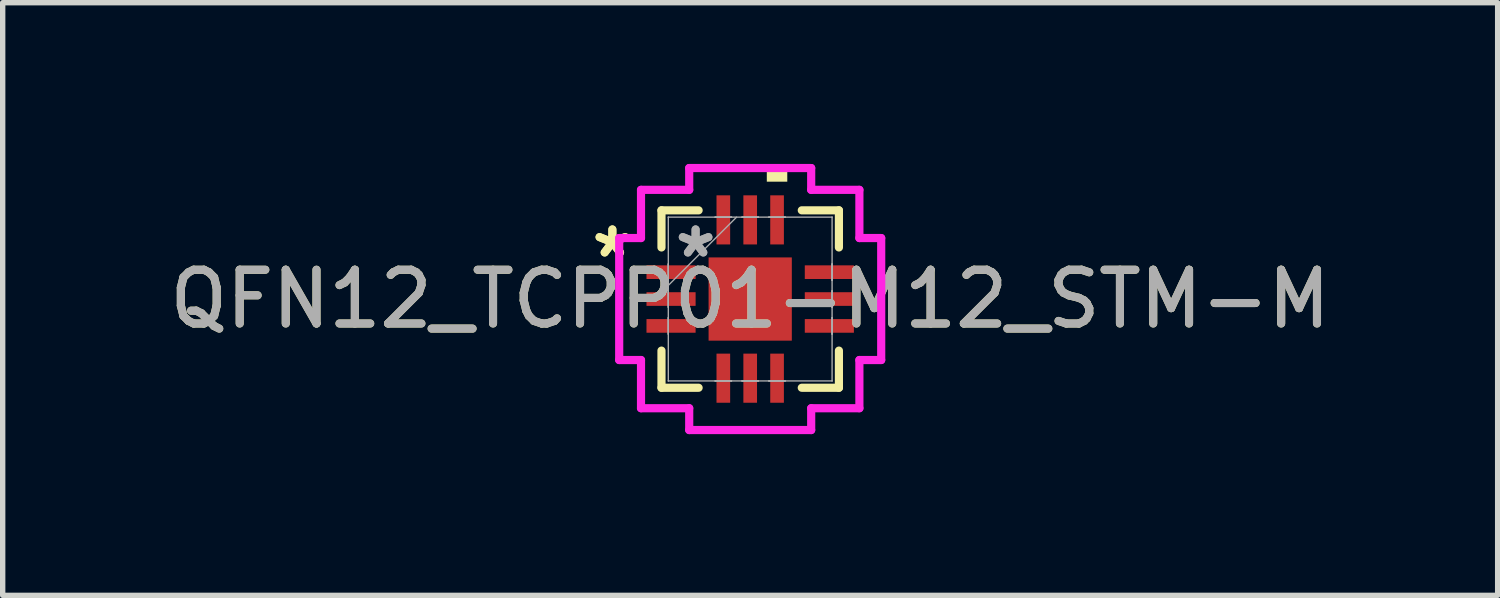
<source format=kicad_pcb>
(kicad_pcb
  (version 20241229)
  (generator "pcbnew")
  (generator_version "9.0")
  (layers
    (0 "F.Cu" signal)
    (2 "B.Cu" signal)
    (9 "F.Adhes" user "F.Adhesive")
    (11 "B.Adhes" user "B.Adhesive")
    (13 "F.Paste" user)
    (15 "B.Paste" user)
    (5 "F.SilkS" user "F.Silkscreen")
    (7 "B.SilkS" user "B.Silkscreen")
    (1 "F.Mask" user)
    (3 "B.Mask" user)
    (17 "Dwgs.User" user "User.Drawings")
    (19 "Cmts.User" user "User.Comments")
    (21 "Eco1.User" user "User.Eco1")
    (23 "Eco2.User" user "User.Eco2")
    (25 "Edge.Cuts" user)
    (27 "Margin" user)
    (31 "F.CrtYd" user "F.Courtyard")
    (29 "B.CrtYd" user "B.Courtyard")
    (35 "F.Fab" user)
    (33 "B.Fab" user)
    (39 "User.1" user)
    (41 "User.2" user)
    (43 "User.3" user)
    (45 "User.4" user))
  (footprint "QFN12_TCPP01-M12_STM-M"
    (layer "F.Cu")
    (at 10.911 2.515)
    (property "Reference" "QFN12_TCPP01-M12_STM-M" (at 0 0 0) (unlocked yes) (layer "F.SilkS") (effects (font (size 1 1) (thickness 0.15))))
    (attr smd)
    (fp_line (start -1.651 -1.651) (end -1.651 -0.96) (stroke (width 0.152) (type solid)) (layer "F.SilkS"))
    (fp_line (start -1.651 0.96) (end -1.651 1.651) (stroke (width 0.152) (type solid)) (layer "F.SilkS"))
    (fp_line (start -1.651 1.651) (end -0.96 1.651) (stroke (width 0.152) (type solid)) (layer "F.SilkS"))
    (fp_line (start -0.96 -1.651) (end -1.651 -1.651) (stroke (width 0.152) (type solid)) (layer "F.SilkS"))
    (fp_line (start 0.96 1.651) (end 1.651 1.651) (stroke (width 0.152) (type solid)) (layer "F.SilkS"))
    (fp_line (start 1.651 -1.651) (end 0.96 -1.651) (stroke (width 0.152) (type solid)) (layer "F.SilkS"))
    (fp_line (start 1.651 -0.96) (end 1.651 -1.651) (stroke (width 0.152) (type solid)) (layer "F.SilkS"))
    (fp_line (start 1.651 1.651) (end 1.651 0.96) (stroke (width 0.152) (type solid)) (layer "F.SilkS"))
    (fp_poly (pts (xy 0.309 -2.184) (xy 0.309 -2.438) (xy 0.69 -2.438) (xy 0.69 -2.184)) (stroke (width 0) (type solid)) (fill yes) (layer "F.SilkS"))
    (fp_line (start -2.438 -1.135) (end -2.032 -1.135) (stroke (width 0.152) (type solid)) (layer "F.CrtYd"))
    (fp_line (start -2.438 1.135) (end -2.438 -1.135) (stroke (width 0.152) (type solid)) (layer "F.CrtYd"))
    (fp_line (start -2.032 -2.032) (end -1.135 -2.032) (stroke (width 0.152) (type solid)) (layer "F.CrtYd"))
    (fp_line (start -2.032 -1.135) (end -2.032 -2.032) (stroke (width 0.152) (type solid)) (layer "F.CrtYd"))
    (fp_line (start -2.032 1.135) (end -2.438 1.135) (stroke (width 0.152) (type solid)) (layer "F.CrtYd"))
    (fp_line (start -2.032 2.032) (end -2.032 1.135) (stroke (width 0.152) (type solid)) (layer "F.CrtYd"))
    (fp_line (start -1.135 -2.438) (end 1.135 -2.438) (stroke (width 0.152) (type solid)) (layer "F.CrtYd"))
    (fp_line (start -1.135 -2.032) (end -1.135 -2.438) (stroke (width 0.152) (type solid)) (layer "F.CrtYd"))
    (fp_line (start -1.135 2.032) (end -2.032 2.032) (stroke (width 0.152) (type solid)) (layer "F.CrtYd"))
    (fp_line (start -1.135 2.438) (end -1.135 2.032) (stroke (width 0.152) (type solid)) (layer "F.CrtYd"))
    (fp_line (start 1.135 -2.438) (end 1.135 -2.032) (stroke (width 0.152) (type solid)) (layer "F.CrtYd"))
    (fp_line (start 1.135 -2.032) (end 2.032 -2.032) (stroke (width 0.152) (type solid)) (layer "F.CrtYd"))
    (fp_line (start 1.135 2.032) (end 1.135 2.438) (stroke (width 0.152) (type solid)) (layer "F.CrtYd"))
    (fp_line (start 1.135 2.438) (end -1.135 2.438) (stroke (width 0.152) (type solid)) (layer "F.CrtYd"))
    (fp_line (start 2.032 -2.032) (end 2.032 -1.135) (stroke (width 0.152) (type solid)) (layer "F.CrtYd"))
    (fp_line (start 2.032 -1.135) (end 2.438 -1.135) (stroke (width 0.152) (type solid)) (layer "F.CrtYd"))
    (fp_line (start 2.032 1.135) (end 2.032 2.032) (stroke (width 0.152) (type solid)) (layer "F.CrtYd"))
    (fp_line (start 2.032 2.032) (end 1.135 2.032) (stroke (width 0.152) (type solid)) (layer "F.CrtYd"))
    (fp_line (start 2.438 -1.135) (end 2.438 1.135) (stroke (width 0.152) (type solid)) (layer "F.CrtYd"))
    (fp_line (start 2.438 1.135) (end 2.032 1.135) (stroke (width 0.152) (type solid)) (layer "F.CrtYd"))
    (fp_line (start -1.524 -1.524) (end -1.524 -1.524) (stroke (width 0.025) (type solid)) (layer "F.Fab"))
    (fp_line (start -1.524 -1.524) (end -1.524 1.524) (stroke (width 0.025) (type solid)) (layer "F.Fab"))
    (fp_line (start -1.524 -0.652) (end -1.524 -0.652) (stroke (width 0.025) (type solid)) (layer "F.Fab"))
    (fp_line (start -1.524 -0.652) (end -1.524 -0.348) (stroke (width 0.025) (type solid)) (layer "F.Fab"))
    (fp_line (start -1.524 -0.348) (end -1.524 -0.652) (stroke (width 0.025) (type solid)) (layer "F.Fab"))
    (fp_line (start -1.524 -0.348) (end -1.524 -0.348) (stroke (width 0.025) (type solid)) (layer "F.Fab"))
    (fp_line (start -1.524 -0.254) (end -0.254 -1.524) (stroke (width 0.025) (type solid)) (layer "F.Fab"))
    (fp_line (start -1.524 -0.152) (end -1.524 -0.152) (stroke (width 0.025) (type solid)) (layer "F.Fab"))
    (fp_line (start -1.524 -0.152) (end -1.524 0.152) (stroke (width 0.025) (type solid)) (layer "F.Fab"))
    (fp_line (start -1.524 0.152) (end -1.524 -0.152) (stroke (width 0.025) (type solid)) (layer "F.Fab"))
    (fp_line (start -1.524 0.152) (end -1.524 0.152) (stroke (width 0.025) (type solid)) (layer "F.Fab"))
    (fp_line (start -1.524 0.348) (end -1.524 0.348) (stroke (width 0.025) (type solid)) (layer "F.Fab"))
    (fp_line (start -1.524 0.348) (end -1.524 0.652) (stroke (width 0.025) (type solid)) (layer "F.Fab"))
    (fp_line (start -1.524 0.652) (end -1.524 0.348) (stroke (width 0.025) (type solid)) (layer "F.Fab"))
    (fp_line (start -1.524 0.652) (end -1.524 0.652) (stroke (width 0.025) (type solid)) (layer "F.Fab"))
    (fp_line (start -1.524 1.524) (end -1.524 1.524) (stroke (width 0.025) (type solid)) (layer "F.Fab"))
    (fp_line (start -1.524 1.524) (end 1.524 1.524) (stroke (width 0.025) (type solid)) (layer "F.Fab"))
    (fp_line (start -0.652 -1.524) (end -0.652 -1.524) (stroke (width 0.025) (type solid)) (layer "F.Fab"))
    (fp_line (start -0.652 -1.524) (end -0.348 -1.524) (stroke (width 0.025) (type solid)) (layer "F.Fab"))
    (fp_line (start -0.652 1.524) (end -0.652 1.524) (stroke (width 0.025) (type solid)) (layer "F.Fab"))
    (fp_line (start -0.652 1.524) (end -0.348 1.524) (stroke (width 0.025) (type solid)) (layer "F.Fab"))
    (fp_line (start -0.348 -1.524) (end -0.652 -1.524) (stroke (width 0.025) (type solid)) (layer "F.Fab"))
    (fp_line (start -0.348 -1.524) (end -0.348 -1.524) (stroke (width 0.025) (type solid)) (layer "F.Fab"))
    (fp_line (start -0.348 1.524) (end -0.652 1.524) (stroke (width 0.025) (type solid)) (layer "F.Fab"))
    (fp_line (start -0.348 1.524) (end -0.348 1.524) (stroke (width 0.025) (type solid)) (layer "F.Fab"))
    (fp_line (start -0.152 -1.524) (end -0.152 -1.524) (stroke (width 0.025) (type solid)) (layer "F.Fab"))
    (fp_line (start -0.152 -1.524) (end 0.152 -1.524) (stroke (width 0.025) (type solid)) (layer "F.Fab"))
    (fp_line (start -0.152 1.524) (end -0.152 1.524) (stroke (width 0.025) (type solid)) (layer "F.Fab"))
    (fp_line (start -0.152 1.524) (end 0.152 1.524) (stroke (width 0.025) (type solid)) (layer "F.Fab"))
    (fp_line (start 0.152 -1.524) (end -0.152 -1.524) (stroke (width 0.025) (type solid)) (layer "F.Fab"))
    (fp_line (start 0.152 -1.524) (end 0.152 -1.524) (stroke (width 0.025) (type solid)) (layer "F.Fab"))
    (fp_line (start 0.152 1.524) (end -0.152 1.524) (stroke (width 0.025) (type solid)) (layer "F.Fab"))
    (fp_line (start 0.152 1.524) (end 0.152 1.524) (stroke (width 0.025) (type solid)) (layer "F.Fab"))
    (fp_line (start 0.348 -1.524) (end 0.348 -1.524) (stroke (width 0.025) (type solid)) (layer "F.Fab"))
    (fp_line (start 0.348 -1.524) (end 0.652 -1.524) (stroke (width 0.025) (type solid)) (layer "F.Fab"))
    (fp_line (start 0.348 1.524) (end 0.348 1.524) (stroke (width 0.025) (type solid)) (layer "F.Fab"))
    (fp_line (start 0.348 1.524) (end 0.652 1.524) (stroke (width 0.025) (type solid)) (layer "F.Fab"))
    (fp_line (start 0.652 -1.524) (end 0.348 -1.524) (stroke (width 0.025) (type solid)) (layer "F.Fab"))
    (fp_line (start 0.652 -1.524) (end 0.652 -1.524) (stroke (width 0.025) (type solid)) (layer "F.Fab"))
    (fp_line (start 0.652 1.524) (end 0.348 1.524) (stroke (width 0.025) (type solid)) (layer "F.Fab"))
    (fp_line (start 0.652 1.524) (end 0.652 1.524) (stroke (width 0.025) (type solid)) (layer "F.Fab"))
    (fp_line (start 1.524 -1.524) (end -1.524 -1.524) (stroke (width 0.025) (type solid)) (layer "F.Fab"))
    (fp_line (start 1.524 -1.524) (end 1.524 -1.524) (stroke (width 0.025) (type solid)) (layer "F.Fab"))
    (fp_line (start 1.524 -0.652) (end 1.524 -0.652) (stroke (width 0.025) (type solid)) (layer "F.Fab"))
    (fp_line (start 1.524 -0.652) (end 1.524 -0.348) (stroke (width 0.025) (type solid)) (layer "F.Fab"))
    (fp_line (start 1.524 -0.348) (end 1.524 -0.652) (stroke (width 0.025) (type solid)) (layer "F.Fab"))
    (fp_line (start 1.524 -0.348) (end 1.524 -0.348) (stroke (width 0.025) (type solid)) (layer "F.Fab"))
    (fp_line (start 1.524 -0.152) (end 1.524 -0.152) (stroke (width 0.025) (type solid)) (layer "F.Fab"))
    (fp_line (start 1.524 -0.152) (end 1.524 0.152) (stroke (width 0.025) (type solid)) (layer "F.Fab"))
    (fp_line (start 1.524 0.152) (end 1.524 -0.152) (stroke (width 0.025) (type solid)) (layer "F.Fab"))
    (fp_line (start 1.524 0.152) (end 1.524 0.152) (stroke (width 0.025) (type solid)) (layer "F.Fab"))
    (fp_line (start 1.524 0.348) (end 1.524 0.348) (stroke (width 0.025) (type solid)) (layer "F.Fab"))
    (fp_line (start 1.524 0.348) (end 1.524 0.652) (stroke (width 0.025) (type solid)) (layer "F.Fab"))
    (fp_line (start 1.524 0.652) (end 1.524 0.348) (stroke (width 0.025) (type solid)) (layer "F.Fab"))
    (fp_line (start 1.524 0.652) (end 1.524 0.652) (stroke (width 0.025) (type solid)) (layer "F.Fab"))
    (fp_line (start 1.524 1.524) (end 1.524 -1.524) (stroke (width 0.025) (type solid)) (layer "F.Fab"))
    (fp_line (start 1.524 1.524) (end 1.524 1.524) (stroke (width 0.025) (type solid)) (layer "F.Fab"))
    (fp_text user "*" (at -2.565 -0.75 0) (unlocked yes) (layer "F.SilkS") (effects (font (size 1 1) (thickness 0.15))))
    (fp_text user "*" (at -2.565 -0.75 0) (layer "F.SilkS") (effects (font (size 1 1) (thickness 0.15))))
    (fp_text user "*" (at -1.016 -0.75 0) (unlocked yes) (layer "F.Fab") (effects (font (size 1 1) (thickness 0.15))))
    (fp_text user "*" (at -1.016 -0.75 0) (layer "F.Fab") (effects (font (size 1 1) (thickness 0.15))))
    (fp_text user "${REFERENCE}" (at 0 0 0) (unlocked yes) (layer "F.Fab") (effects (font (size 1 1) (thickness 0.15))))
    (pad "1" smd rect (at -1.473 -0.5 90) (size 0.254 0.914) (layers "F.Cu" "F.Mask" "F.Paste"))
    (pad "2" smd rect (at -1.473 0 90) (size 0.254 0.914) (layers "F.Cu" "F.Mask" "F.Paste"))
    (pad "3" smd rect (at -1.473 0.5 90) (size 0.254 0.914) (layers "F.Cu" "F.Mask" "F.Paste"))
    (pad "4" smd rect (at -0.5 1.473) (size 0.254 0.914) (layers "F.Cu" "F.Mask" "F.Paste"))
    (pad "5" smd rect (at 0 1.473) (size 0.254 0.914) (layers "F.Cu" "F.Mask" "F.Paste"))
    (pad "6" smd rect (at 0.5 1.473) (size 0.254 0.914) (layers "F.Cu" "F.Mask" "F.Paste"))
    (pad "7" smd rect (at 1.473 0.5 90) (size 0.254 0.914) (layers "F.Cu" "F.Mask" "F.Paste"))
    (pad "8" smd rect (at 1.473 0 90) (size 0.254 0.914) (layers "F.Cu" "F.Mask" "F.Paste"))
    (pad "9" smd rect (at 1.473 -0.5 90) (size 0.254 0.914) (layers "F.Cu" "F.Mask" "F.Paste"))
    (pad "10" smd rect (at 0.5 -1.473) (size 0.254 0.914) (layers "F.Cu" "F.Mask" "F.Paste"))
    (pad "11" smd rect (at 0 -1.473) (size 0.254 0.914) (layers "F.Cu" "F.Mask" "F.Paste"))
    (pad "12" smd rect (at -0.5 -1.473) (size 0.254 0.914) (layers "F.Cu" "F.Mask" "F.Paste"))
    (pad "13" smd rect (at 0 0) (size 1.549 1.549) (layers "F.Cu" "F.Mask" "F.Paste")))
  (gr_rect
    (start -3 -3)
    (end 24.821 8.029)
    (stroke (width 0.1) (type default))
    (fill no)
    (layer "Edge.Cuts")))
</source>
